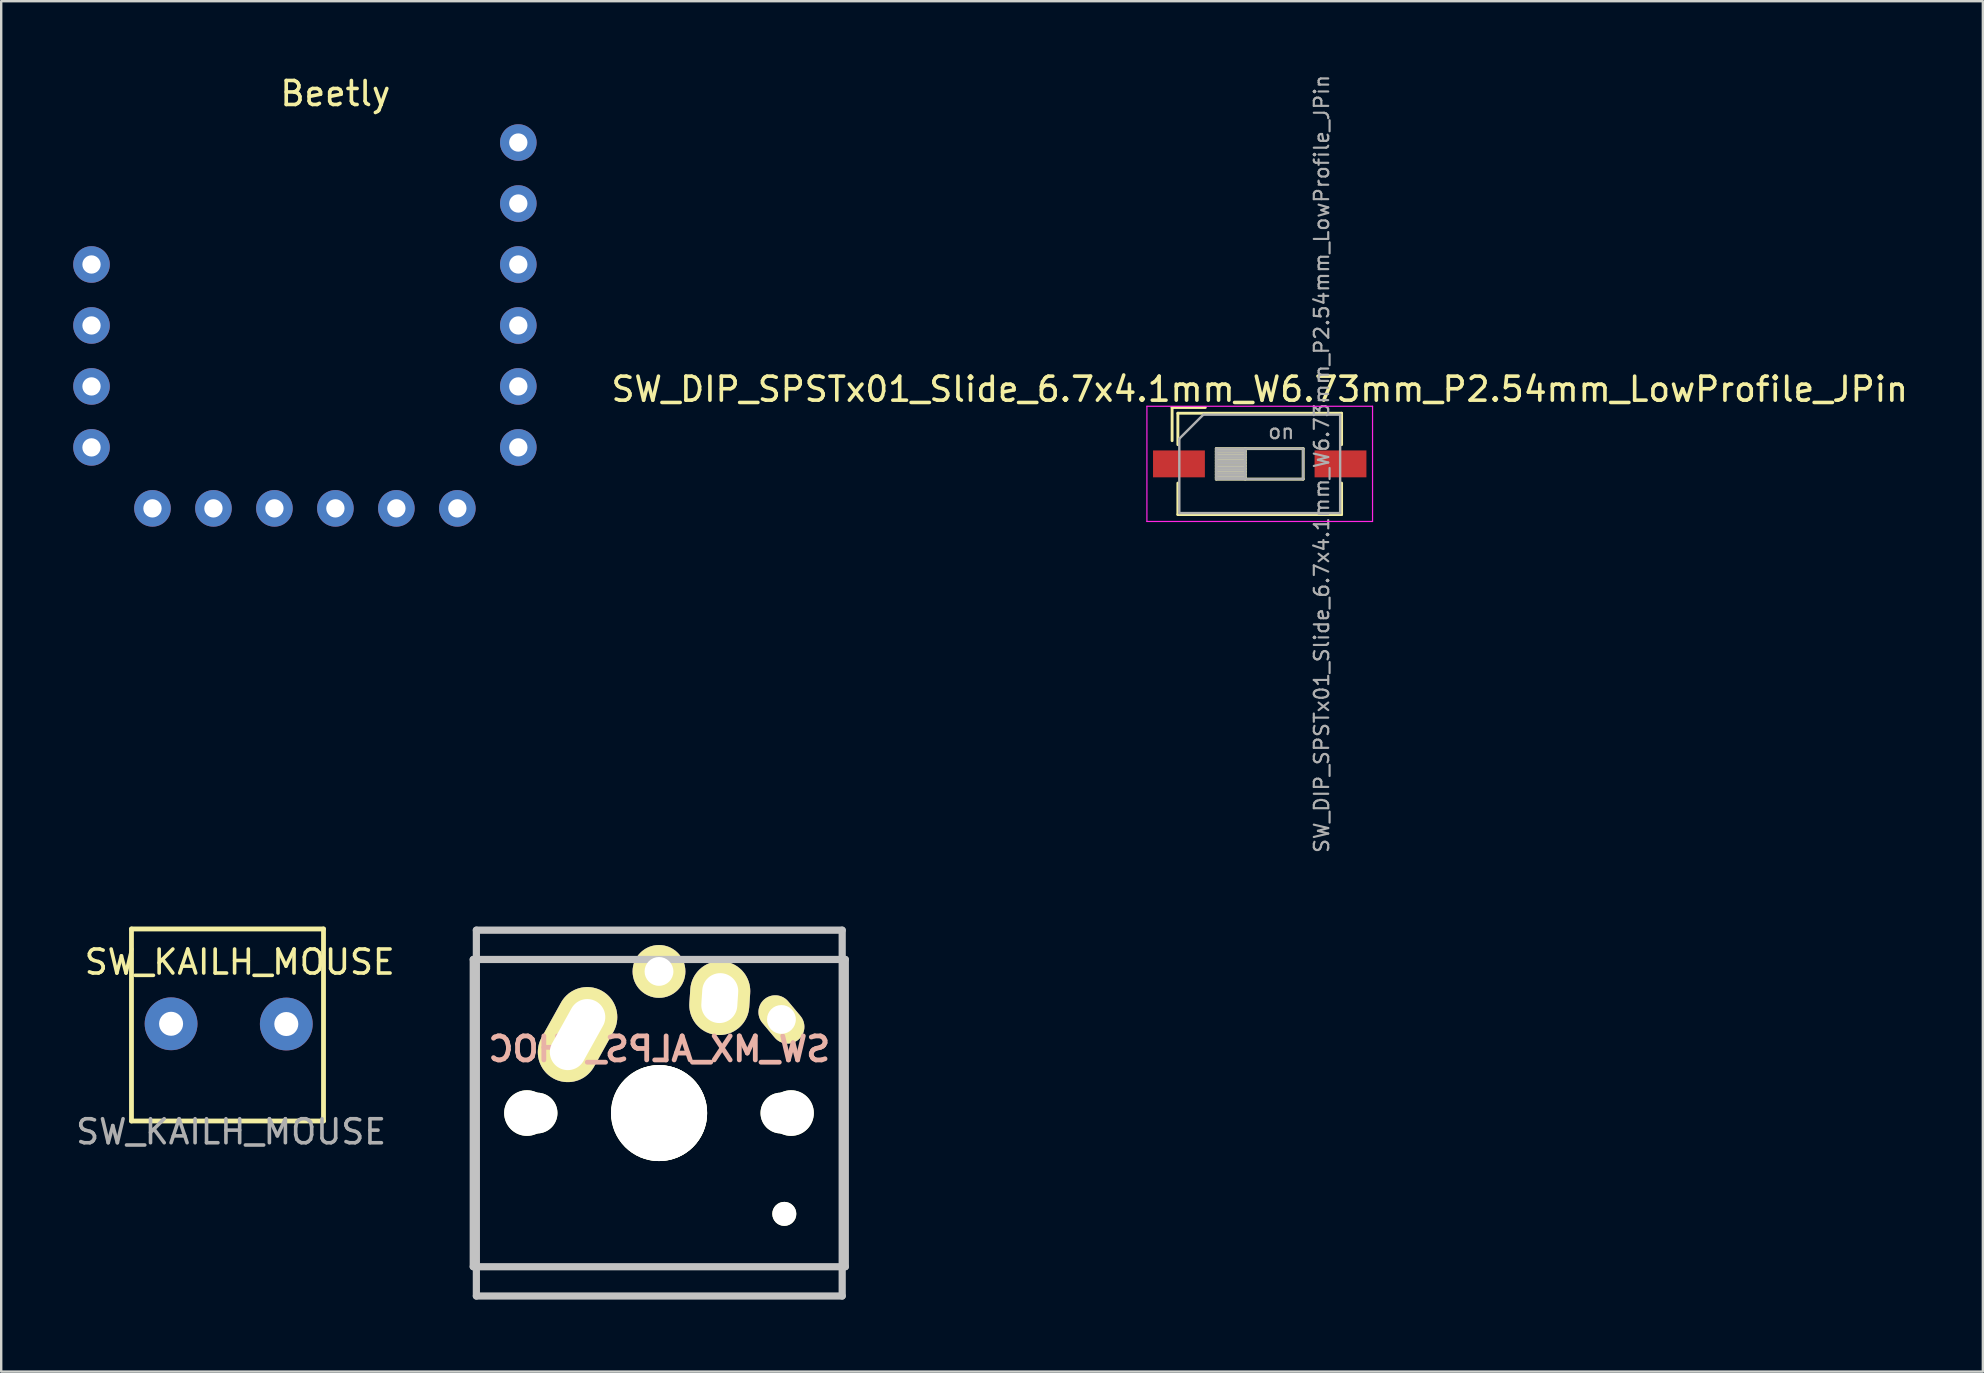
<source format=kicad_pcb>
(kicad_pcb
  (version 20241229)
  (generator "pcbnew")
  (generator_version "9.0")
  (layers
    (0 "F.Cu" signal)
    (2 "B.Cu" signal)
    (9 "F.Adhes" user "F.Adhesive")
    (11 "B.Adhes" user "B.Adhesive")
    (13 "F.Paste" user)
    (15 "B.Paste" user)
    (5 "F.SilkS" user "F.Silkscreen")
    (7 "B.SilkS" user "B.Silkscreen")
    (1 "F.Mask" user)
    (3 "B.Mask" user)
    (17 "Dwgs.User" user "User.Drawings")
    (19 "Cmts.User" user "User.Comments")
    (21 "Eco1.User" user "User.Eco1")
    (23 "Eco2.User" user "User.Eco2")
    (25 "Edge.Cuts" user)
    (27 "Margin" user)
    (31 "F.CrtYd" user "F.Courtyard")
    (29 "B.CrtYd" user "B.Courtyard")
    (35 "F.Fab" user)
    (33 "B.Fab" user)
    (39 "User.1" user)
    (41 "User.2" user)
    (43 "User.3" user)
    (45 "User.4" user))
  (footprint "SW_DIP_SPSTx01_Slide_6.7x4.1mm_W6.73mm_P2.54mm_LowProfile_JPin"
    (layer "F.Cu")
    (at 49.429 16.275)
    (property "Reference" "SW_DIP_SPSTx01_Slide_6.7x4.1mm_W6.73mm_P2.54mm_LowProfile_JPin" (at 0 -3.11 0) (layer "F.SilkS") (effects (font (size 1 1) (thickness 0.15))))
    (attr smd)
    (fp_line (start -3.65 -2.35) (end -3.65 -0.967) (stroke (width 0.12) (type solid)) (layer "F.SilkS"))
    (fp_line (start -3.65 -2.35) (end -2.267 -2.35) (stroke (width 0.12) (type solid)) (layer "F.SilkS"))
    (fp_line (start -3.41 -2.11) (end -3.41 -0.8) (stroke (width 0.12) (type solid)) (layer "F.SilkS"))
    (fp_line (start -3.41 -2.11) (end 3.41 -2.11) (stroke (width 0.12) (type solid)) (layer "F.SilkS"))
    (fp_line (start -3.41 0.8) (end -3.41 2.11) (stroke (width 0.12) (type solid)) (layer "F.SilkS"))
    (fp_line (start -3.41 2.11) (end 3.41 2.11) (stroke (width 0.12) (type solid)) (layer "F.SilkS"))
    (fp_line (start -1.81 -0.635) (end -1.81 0.635) (stroke (width 0.12) (type solid)) (layer "F.SilkS"))
    (fp_line (start -1.81 -0.515) (end -0.603 -0.515) (stroke (width 0.12) (type solid)) (layer "F.SilkS"))
    (fp_line (start -1.81 -0.395) (end -0.603 -0.395) (stroke (width 0.12) (type solid)) (layer "F.SilkS"))
    (fp_line (start -1.81 -0.275) (end -0.603 -0.275) (stroke (width 0.12) (type solid)) (layer "F.SilkS"))
    (fp_line (start -1.81 -0.155) (end -0.603 -0.155) (stroke (width 0.12) (type solid)) (layer "F.SilkS"))
    (fp_line (start -1.81 -0.035) (end -0.603 -0.035) (stroke (width 0.12) (type solid)) (layer "F.SilkS"))
    (fp_line (start -1.81 0.085) (end -0.603 0.085) (stroke (width 0.12) (type solid)) (layer "F.SilkS"))
    (fp_line (start -1.81 0.205) (end -0.603 0.205) (stroke (width 0.12) (type solid)) (layer "F.SilkS"))
    (fp_line (start -1.81 0.325) (end -0.603 0.325) (stroke (width 0.12) (type solid)) (layer "F.SilkS"))
    (fp_line (start -1.81 0.445) (end -0.603 0.445) (stroke (width 0.12) (type solid)) (layer "F.SilkS"))
    (fp_line (start -1.81 0.565) (end -0.603 0.565) (stroke (width 0.12) (type solid)) (layer "F.SilkS"))
    (fp_line (start -1.81 0.635) (end 1.81 0.635) (stroke (width 0.12) (type solid)) (layer "F.SilkS"))
    (fp_line (start -0.603 -0.635) (end -0.603 0.635) (stroke (width 0.12) (type solid)) (layer "F.SilkS"))
    (fp_line (start 1.81 -0.635) (end -1.81 -0.635) (stroke (width 0.12) (type solid)) (layer "F.SilkS"))
    (fp_line (start 1.81 0.635) (end 1.81 -0.635) (stroke (width 0.12) (type solid)) (layer "F.SilkS"))
    (fp_line (start 3.41 -2.11) (end 3.41 -0.8) (stroke (width 0.12) (type solid)) (layer "F.SilkS"))
    (fp_line (start 3.41 0.8) (end 3.41 2.11) (stroke (width 0.12) (type solid)) (layer "F.SilkS"))
    (fp_line (start -4.7 -2.4) (end -4.7 2.4) (stroke (width 0.05) (type solid)) (layer "F.CrtYd"))
    (fp_line (start -4.7 2.4) (end 4.7 2.4) (stroke (width 0.05) (type solid)) (layer "F.CrtYd"))
    (fp_line (start 4.7 -2.4) (end -4.7 -2.4) (stroke (width 0.05) (type solid)) (layer "F.CrtYd"))
    (fp_line (start 4.7 2.4) (end 4.7 -2.4) (stroke (width 0.05) (type solid)) (layer "F.CrtYd"))
    (fp_line (start -3.35 -1.05) (end -2.35 -2.05) (stroke (width 0.1) (type solid)) (layer "F.Fab"))
    (fp_line (start -3.35 2.05) (end -3.35 -1.05) (stroke (width 0.1) (type solid)) (layer "F.Fab"))
    (fp_line (start -2.35 -2.05) (end 3.35 -2.05) (stroke (width 0.1) (type solid)) (layer "F.Fab"))
    (fp_line (start -1.81 -0.635) (end -1.81 0.635) (stroke (width 0.1) (type solid)) (layer "F.Fab"))
    (fp_line (start -1.81 -0.535) (end -0.603 -0.535) (stroke (width 0.1) (type solid)) (layer "F.Fab"))
    (fp_line (start -1.81 -0.435) (end -0.603 -0.435) (stroke (width 0.1) (type solid)) (layer "F.Fab"))
    (fp_line (start -1.81 -0.335) (end -0.603 -0.335) (stroke (width 0.1) (type solid)) (layer "F.Fab"))
    (fp_line (start -1.81 -0.235) (end -0.603 -0.235) (stroke (width 0.1) (type solid)) (layer "F.Fab"))
    (fp_line (start -1.81 -0.135) (end -0.603 -0.135) (stroke (width 0.1) (type solid)) (layer "F.Fab"))
    (fp_line (start -1.81 -0.035) (end -0.603 -0.035) (stroke (width 0.1) (type solid)) (layer "F.Fab"))
    (fp_line (start -1.81 0.065) (end -0.603 0.065) (stroke (width 0.1) (type solid)) (layer "F.Fab"))
    (fp_line (start -1.81 0.165) (end -0.603 0.165) (stroke (width 0.1) (type solid)) (layer "F.Fab"))
    (fp_line (start -1.81 0.265) (end -0.603 0.265) (stroke (width 0.1) (type solid)) (layer "F.Fab"))
    (fp_line (start -1.81 0.365) (end -0.603 0.365) (stroke (width 0.1) (type solid)) (layer "F.Fab"))
    (fp_line (start -1.81 0.465) (end -0.603 0.465) (stroke (width 0.1) (type solid)) (layer "F.Fab"))
    (fp_line (start -1.81 0.565) (end -0.603 0.565) (stroke (width 0.1) (type solid)) (layer "F.Fab"))
    (fp_line (start -1.81 0.635) (end 1.81 0.635) (stroke (width 0.1) (type solid)) (layer "F.Fab"))
    (fp_line (start -0.603 -0.635) (end -0.603 0.635) (stroke (width 0.1) (type solid)) (layer "F.Fab"))
    (fp_line (start 1.81 -0.635) (end -1.81 -0.635) (stroke (width 0.1) (type solid)) (layer "F.Fab"))
    (fp_line (start 1.81 0.635) (end 1.81 -0.635) (stroke (width 0.1) (type solid)) (layer "F.Fab"))
    (fp_line (start 3.35 -2.05) (end 3.35 2.05) (stroke (width 0.1) (type solid)) (layer "F.Fab"))
    (fp_line (start 3.35 2.05) (end -3.35 2.05) (stroke (width 0.1) (type solid)) (layer "F.Fab"))
    (fp_text user "${REFERENCE}" (at 2.58 0 90) (layer "F.Fab") (effects (font (size 0.6 0.6) (thickness 0.09))))
    (fp_text user "on" (at 0.897 -1.343 0) (layer "F.Fab") (effects (font (size 0.6 0.6) (thickness 0.09))))
    (pad "1" smd rect (at -3.365 0) (size 2.16 1.12) (layers "F.Cu" "F.Mask" "F.Paste"))
    (pad "2" smd rect (at 3.365 0) (size 2.16 1.12) (layers "F.Cu" "F.Mask" "F.Paste")))
  (footprint "SW_KAILH_MOUSE"
    (layer "F.Cu")
    (at 9.077 39.6)
    (property "Reference" "SW_KAILH_MOUSE" (at -2.14 -2.57 0) (layer "F.SilkS") (effects (font (size 1 1) (thickness 0.15))))
    (attr through_hole)
    (fp_line (start -6.65 -3.95) (end -6.65 4.05) (stroke (width 0.2) (type solid)) (layer "F.SilkS"))
    (fp_line (start -6.65 4.05) (end 1.35 4.05) (stroke (width 0.2) (type solid)) (layer "F.SilkS"))
    (fp_line (start 1.35 -3.95) (end -6.65 -3.95) (stroke (width 0.2) (type solid)) (layer "F.SilkS"))
    (fp_line (start 1.35 4.05) (end 1.35 -3.95) (stroke (width 0.2) (type solid)) (layer "F.SilkS"))
    (fp_text user "${REFERENCE}" (at -2.5 4.5 0) (layer "F.Fab") (effects (font (size 1 1) (thickness 0.15))))
    (pad "1" thru_hole circle (at -0.2 0.01) (size 2.2 2.2) (drill 1) (layers "*.Cu" "*.Mask"))
    (pad "2" thru_hole circle (at -5 0) (size 2.2 2.2) (drill 1) (layers "*.Cu" "*.Mask")))
  (footprint "SW_MX_ALPS_CHOC"
    (layer "F.Cu")
    (at 24.415 43.32)
    (property "Reference" "SW_MX_ALPS_CHOC" (at 0 -2.667 0) (layer "B.SilkS") (effects (font (size 1 1) (thickness 0.2)) (justify mirror)))
    (attr through_hole)
    (fp_line (start -7.75 6.4) (end -7.75 -6.4) (stroke (width 0.3) (type solid)) (layer "Dwgs.User"))
    (fp_line (start -7.75 6.4) (end 7.75 6.4) (stroke (width 0.3) (type solid)) (layer "Dwgs.User"))
    (fp_line (start -7.62 -7.62) (end 7.62 -7.62) (stroke (width 0.3) (type solid)) (layer "Dwgs.User"))
    (fp_line (start -7.62 7.62) (end -7.62 -7.62) (stroke (width 0.3) (type solid)) (layer "Dwgs.User"))
    (fp_line (start 7.62 -7.62) (end 7.62 7.62) (stroke (width 0.3) (type solid)) (layer "Dwgs.User"))
    (fp_line (start 7.62 7.62) (end -7.62 7.62) (stroke (width 0.3) (type solid)) (layer "Dwgs.User"))
    (fp_line (start 7.75 -6.4) (end -7.75 -6.4) (stroke (width 0.3) (type solid)) (layer "Dwgs.User"))
    (fp_line (start 7.75 6.4) (end 7.75 -6.4) (stroke (width 0.3) (type solid)) (layer "Dwgs.User"))
    (pad "" np_thru_hole circle (at -5.512 -0.001 90) (size 1.9 1.9) (drill 1.9) (layers "*.Cu" "*.Mask" "F.SilkS"))
    (pad "" np_thru_hole circle (at -5.092 -0.001) (size 1.7 1.7) (drill 1.7) (layers "*.Cu" "*.Mask" "F.SilkS"))
    (pad "" np_thru_hole circle (at -0.012 -0.001 90) (size 4 4) (drill 4) (layers "*.Cu" "*.Mask" "F.SilkS"))
    (pad "" np_thru_hole circle (at 0 0) (size 3.988 3.988) (drill 3.988) (layers "*.Cu" "*.Mask" "F.SilkS"))
    (pad "" np_thru_hole circle (at 5.068 -0.001) (size 1.7 1.7) (drill 1.7) (layers "*.Cu" "*.Mask" "F.SilkS"))
    (pad "" np_thru_hole circle (at 5.208 4.199) (size 1 1) (drill 1) (layers "*.Cu" "*.Mask" "F.SilkS"))
    (pad "" np_thru_hole circle (at 5.488 -0.001 90) (size 1.9 1.9) (drill 1.9) (layers "*.Cu" "*.Mask" "F.SilkS"))
    (pad "1" thru_hole oval (at -3.405 -3.27 330.95) (size 2.5 4.17) (drill oval 1.5 3.17) (layers "*.Cu" "*.Mask" "F.SilkS"))
    (pad "1" thru_hole circle (at -0.012 -5.901 90) (size 2.2 2.2) (drill 1.2) (layers "*.Cu" "*.Mask" "F.SilkS"))
    (pad "2" thru_hole oval (at 2.52 -4.79 356.1) (size 2.5 3.08) (drill oval 1.5 2.08) (layers "*.Cu" "*.Mask" "F.SilkS"))
    (pad "2" thru_hole oval (at 5.088 -3.901 310) (size 2.2 1.4) (drill 1.2) (layers "*.Cu" "*.Mask" "F.SilkS")))
  (footprint "Beetly"
    (layer "F.Cu")
    (at 10.922 7.968)
    (property "Reference" "Beetly" (at 0 -7.12 0) (layer "F.SilkS") (effects (font (size 1 1) (thickness 0.15))))
    (attr through_hole)
    (pad "1" thru_hole circle (at -10.16 0 270) (size 1.524 1.524) (drill 0.762) (layers "*.Cu" "*.Mask"))
    (pad "2" thru_hole circle (at -10.16 2.54 270) (size 1.524 1.524) (drill 0.762) (layers "*.Cu" "*.Mask"))
    (pad "3" thru_hole circle (at -10.16 5.08 270) (size 1.524 1.524) (drill 0.762) (layers "*.Cu" "*.Mask"))
    (pad "4" thru_hole circle (at -10.16 7.62 270) (size 1.524 1.524) (drill 0.762) (layers "*.Cu" "*.Mask"))
    (pad "5" thru_hole circle (at -7.62 10.16) (size 1.524 1.524) (drill 0.762) (layers "*.Cu" "*.Mask"))
    (pad "6" thru_hole circle (at -5.08 10.16) (size 1.524 1.524) (drill 0.762) (layers "*.Cu" "*.Mask"))
    (pad "7" thru_hole circle (at -2.54 10.16) (size 1.524 1.524) (drill 0.762) (layers "*.Cu" "*.Mask"))
    (pad "8" thru_hole circle (at 0 10.16) (size 1.524 1.524) (drill 0.762) (layers "*.Cu" "*.Mask"))
    (pad "9" thru_hole circle (at 2.54 10.16) (size 1.524 1.524) (drill 0.762) (layers "*.Cu" "*.Mask"))
    (pad "10" thru_hole circle (at 5.08 10.16) (size 1.524 1.524) (drill 0.762) (layers "*.Cu" "*.Mask"))
    (pad "11" thru_hole circle (at 7.62 7.62) (size 1.524 1.524) (drill 0.762) (layers "*.Cu" "*.Mask"))
    (pad "12" thru_hole circle (at 7.62 5.08) (size 1.524 1.524) (drill 0.762) (layers "*.Cu" "*.Mask"))
    (pad "13" thru_hole circle (at 7.62 2.54) (size 1.524 1.524) (drill 0.762) (layers "*.Cu" "*.Mask"))
    (pad "14" thru_hole circle (at 7.62 0) (size 1.524 1.524) (drill 0.762) (layers "*.Cu" "*.Mask"))
    (pad "15" thru_hole circle (at 7.62 -2.54) (size 1.524 1.524) (drill 0.762) (layers "*.Cu" "*.Mask"))
    (pad "16" thru_hole circle (at 7.62 -5.08) (size 1.524 1.524) (drill 0.762) (layers "*.Cu" "*.Mask")))
  (gr_rect
    (start -3 -3)
    (end 79.554 54.09)
    (stroke (width 0.1) (type default))
    (fill no)
    (layer "Edge.Cuts")))
</source>
